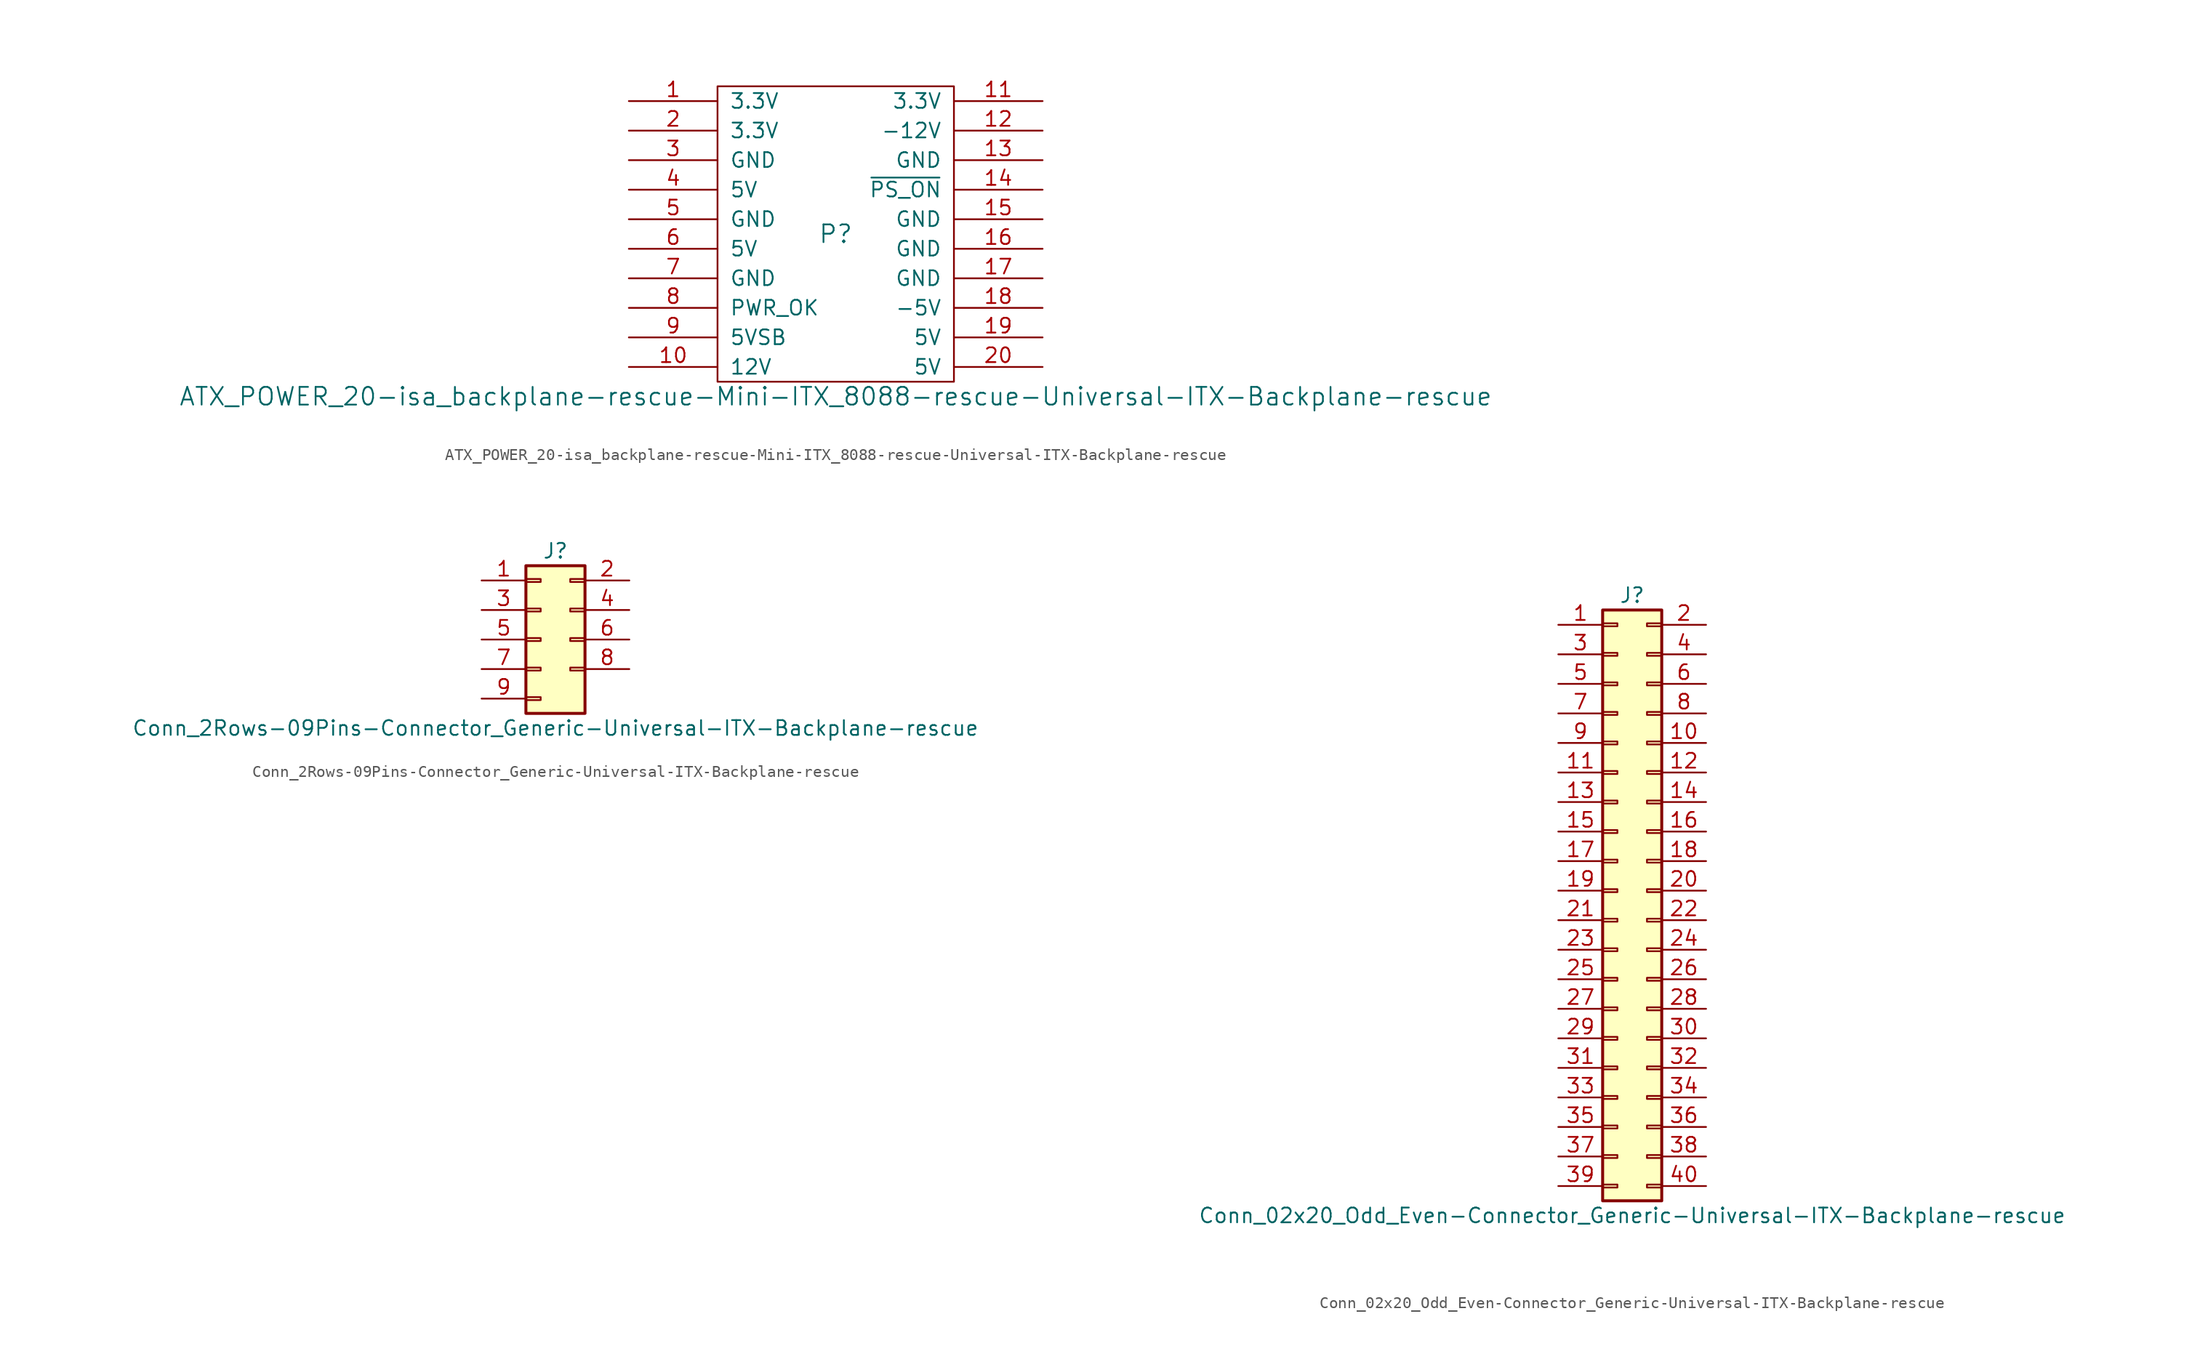
<source format=kicad_sym>
(kicad_symbol_lib
  (version 20211014)
  (generator kicad_symbol_editor)
  (symbol "ATX_POWER_20-isa_backplane-rescue-Mini-ITX_8088-rescue-Universal-ITX-Backplane-rescue"
    (pin_names
      (offset 1.016))
    (property "Reference" "P"
      (at 0 0 0)
      (effects (font (size 1.524 1.524))))
    (property "Value" "ATX_POWER_20-isa_backplane-rescue-Mini-ITX_8088-rescue-Universal-ITX-Backplane-rescue"
      (at 0 -13.97 0)
      (effects (font (size 1.524 1.524))))
    (property "Footprint" ""
      (at 0 0 0)
      (effects (font (size 1.524 1.524))))
    (property "Datasheet" ""
      (at 0 0 0)
      (effects (font (size 1.524 1.524))))
    (symbol "ATX_POWER_20-isa_backplane-rescue-Mini-ITX_8088-rescue-Universal-ITX-Backplane-rescue_0_1"
      (rectangle (start -10.16 12.7) (end 10.16 -12.7) (stroke (width 0) (type default) (color 0 0 0 0)) (fill (type none))))
    (symbol "ATX_POWER_20-isa_backplane-rescue-Mini-ITX_8088-rescue-Universal-ITX-Backplane-rescue_1_1"
      (pin power_out line (at -17.78 11.43 0) (length 7.62) (name "3.3V" (effects (font (size 1.27 1.27)))) (number "1" (effects (font (size 1.27 1.27)))))
      (pin power_out line (at -17.78 -11.43 0) (length 7.62) (name "12V" (effects (font (size 1.27 1.27)))) (number "10" (effects (font (size 1.27 1.27)))))
      (pin power_in line (at 17.78 11.43 180) (length 7.62) (name "3.3V" (effects (font (size 1.27 1.27)))) (number "11" (effects (font (size 1.27 1.27)))))
      (pin power_out line (at 17.78 8.89 180) (length 7.62) (name "-12V" (effects (font (size 1.27 1.27)))) (number "12" (effects (font (size 1.27 1.27)))))
      (pin power_in line (at 17.78 6.35 180) (length 7.62) (name "GND" (effects (font (size 1.27 1.27)))) (number "13" (effects (font (size 1.27 1.27)))))
      (pin input line (at 17.78 3.81 180) (length 7.62) (name "~{PS_ON}" (effects (font (size 1.27 1.27)))) (number "14" (effects (font (size 1.27 1.27)))))
      (pin power_in line (at 17.78 1.27 180) (length 7.62) (name "GND" (effects (font (size 1.27 1.27)))) (number "15" (effects (font (size 1.27 1.27)))))
      (pin power_in line (at 17.78 -1.27 180) (length 7.62) (name "GND" (effects (font (size 1.27 1.27)))) (number "16" (effects (font (size 1.27 1.27)))))
      (pin power_in line (at 17.78 -3.81 180) (length 7.62) (name "GND" (effects (font (size 1.27 1.27)))) (number "17" (effects (font (size 1.27 1.27)))))
      (pin power_out line (at 17.78 -6.35 180) (length 7.62) (name "-5V" (effects (font (size 1.27 1.27)))) (number "18" (effects (font (size 1.27 1.27)))))
      (pin power_in line (at 17.78 -8.89 180) (length 7.62) (name "5V" (effects (font (size 1.27 1.27)))) (number "19" (effects (font (size 1.27 1.27)))))
      (pin power_in line (at -17.78 8.89 0) (length 7.62) (name "3.3V" (effects (font (size 1.27 1.27)))) (number "2" (effects (font (size 1.27 1.27)))))
      (pin power_in line (at 17.78 -11.43 180) (length 7.62) (name "5V" (effects (font (size 1.27 1.27)))) (number "20" (effects (font (size 1.27 1.27)))))
      (pin power_out line (at -17.78 6.35 0) (length 7.62) (name "GND" (effects (font (size 1.27 1.27)))) (number "3" (effects (font (size 1.27 1.27)))))
      (pin power_out line (at -17.78 3.81 0) (length 7.62) (name "5V" (effects (font (size 1.27 1.27)))) (number "4" (effects (font (size 1.27 1.27)))))
      (pin power_in line (at -17.78 1.27 0) (length 7.62) (name "GND" (effects (font (size 1.27 1.27)))) (number "5" (effects (font (size 1.27 1.27)))))
      (pin power_in line (at -17.78 -1.27 0) (length 7.62) (name "5V" (effects (font (size 1.27 1.27)))) (number "6" (effects (font (size 1.27 1.27)))))
      (pin power_in line (at -17.78 -3.81 0) (length 7.62) (name "GND" (effects (font (size 1.27 1.27)))) (number "7" (effects (font (size 1.27 1.27)))))
      (pin output line (at -17.78 -6.35 0) (length 7.62) (name "PWR_OK" (effects (font (size 1.27 1.27)))) (number "8" (effects (font (size 1.27 1.27)))))
      (pin power_out line (at -17.78 -8.89 0) (length 7.62) (name "5VSB" (effects (font (size 1.27 1.27)))) (number "9" (effects (font (size 1.27 1.27)))))))
  (symbol "Conn_2Rows-09Pins-Connector_Generic-Universal-ITX-Backplane-rescue"
    (pin_names
      (offset 1.016) hide)
    (property "Reference" "J"
      (at 1.27 7.62 0)
      (effects (font (size 1.27 1.27))))
    (property "Value" "Conn_2Rows-09Pins-Connector_Generic-Universal-ITX-Backplane-rescue"
      (at 1.27 -7.62 0)
      (effects (font (size 1.27 1.27))))
    (symbol "Conn_2Rows-09Pins-Connector_Generic-Universal-ITX-Backplane-rescue_1_1"
      (rectangle (start -1.27 -4.953) (end 0 -5.207) (stroke (width 0.152) (type default) (color 0 0 0 0)) (fill (type none)))
      (rectangle (start -1.27 -2.413) (end 0 -2.667) (stroke (width 0.152) (type default) (color 0 0 0 0)) (fill (type none)))
      (rectangle (start -1.27 0.127) (end 0 -0.127) (stroke (width 0.152) (type default) (color 0 0 0 0)) (fill (type none)))
      (rectangle (start -1.27 2.667) (end 0 2.413) (stroke (width 0.152) (type default) (color 0 0 0 0)) (fill (type none)))
      (rectangle (start -1.27 5.207) (end 0 4.953) (stroke (width 0.152) (type default) (color 0 0 0 0)) (fill (type none)))
      (rectangle (start -1.27 6.35) (end 3.81 -6.35) (stroke (width 0.254) (type default) (color 0 0 0 0)) (fill (type background)))
      (rectangle (start 3.81 -2.413) (end 2.54 -2.667) (stroke (width 0.152) (type default) (color 0 0 0 0)) (fill (type none)))
      (rectangle (start 3.81 0.127) (end 2.54 -0.127) (stroke (width 0.152) (type default) (color 0 0 0 0)) (fill (type none)))
      (rectangle (start 3.81 2.667) (end 2.54 2.413) (stroke (width 0.152) (type default) (color 0 0 0 0)) (fill (type none)))
      (rectangle (start 3.81 5.207) (end 2.54 4.953) (stroke (width 0.152) (type default) (color 0 0 0 0)) (fill (type none)))
      (pin passive line (at -5.08 5.08 0) (length 3.81) (name "Pin_1" (effects (font (size 1.27 1.27)))) (number "1" (effects (font (size 1.27 1.27)))))
      (pin passive line (at 7.62 5.08 180) (length 3.81) (name "Pin_2" (effects (font (size 1.27 1.27)))) (number "2" (effects (font (size 1.27 1.27)))))
      (pin passive line (at -5.08 2.54 0) (length 3.81) (name "Pin_3" (effects (font (size 1.27 1.27)))) (number "3" (effects (font (size 1.27 1.27)))))
      (pin passive line (at 7.62 2.54 180) (length 3.81) (name "Pin_4" (effects (font (size 1.27 1.27)))) (number "4" (effects (font (size 1.27 1.27)))))
      (pin passive line (at -5.08 0 0) (length 3.81) (name "Pin_5" (effects (font (size 1.27 1.27)))) (number "5" (effects (font (size 1.27 1.27)))))
      (pin passive line (at 7.62 0 180) (length 3.81) (name "Pin_6" (effects (font (size 1.27 1.27)))) (number "6" (effects (font (size 1.27 1.27)))))
      (pin passive line (at -5.08 -2.54 0) (length 3.81) (name "Pin_7" (effects (font (size 1.27 1.27)))) (number "7" (effects (font (size 1.27 1.27)))))
      (pin passive line (at 7.62 -2.54 180) (length 3.81) (name "Pin_8" (effects (font (size 1.27 1.27)))) (number "8" (effects (font (size 1.27 1.27)))))
      (pin passive line (at -5.08 -5.08 0) (length 3.81) (name "Pin_9" (effects (font (size 1.27 1.27)))) (number "9" (effects (font (size 1.27 1.27)))))))
  (symbol "Conn_02x20_Odd_Even-Connector_Generic-Universal-ITX-Backplane-rescue"
    (pin_names
      (offset 1.016) hide)
    (property "Reference" "J"
      (at 1.27 25.4 0)
      (effects (font (size 1.27 1.27))))
    (property "Value" "Conn_02x20_Odd_Even-Connector_Generic-Universal-ITX-Backplane-rescue"
      (at 1.27 -27.94 0)
      (effects (font (size 1.27 1.27))))
    (symbol "Conn_02x20_Odd_Even-Connector_Generic-Universal-ITX-Backplane-rescue_1_1"
      (rectangle (start -1.27 -25.273) (end 0 -25.527) (stroke (width 0.152) (type default) (color 0 0 0 0)) (fill (type none)))
      (rectangle (start -1.27 -22.733) (end 0 -22.987) (stroke (width 0.152) (type default) (color 0 0 0 0)) (fill (type none)))
      (rectangle (start -1.27 -20.193) (end 0 -20.447) (stroke (width 0.152) (type default) (color 0 0 0 0)) (fill (type none)))
      (rectangle (start -1.27 -17.653) (end 0 -17.907) (stroke (width 0.152) (type default) (color 0 0 0 0)) (fill (type none)))
      (rectangle (start -1.27 -15.113) (end 0 -15.367) (stroke (width 0.152) (type default) (color 0 0 0 0)) (fill (type none)))
      (rectangle (start -1.27 -12.573) (end 0 -12.827) (stroke (width 0.152) (type default) (color 0 0 0 0)) (fill (type none)))
      (rectangle (start -1.27 -10.033) (end 0 -10.287) (stroke (width 0.152) (type default) (color 0 0 0 0)) (fill (type none)))
      (rectangle (start -1.27 -7.493) (end 0 -7.747) (stroke (width 0.152) (type default) (color 0 0 0 0)) (fill (type none)))
      (rectangle (start -1.27 -4.953) (end 0 -5.207) (stroke (width 0.152) (type default) (color 0 0 0 0)) (fill (type none)))
      (rectangle (start -1.27 -2.413) (end 0 -2.667) (stroke (width 0.152) (type default) (color 0 0 0 0)) (fill (type none)))
      (rectangle (start -1.27 0.127) (end 0 -0.127) (stroke (width 0.152) (type default) (color 0 0 0 0)) (fill (type none)))
      (rectangle (start -1.27 2.667) (end 0 2.413) (stroke (width 0.152) (type default) (color 0 0 0 0)) (fill (type none)))
      (rectangle (start -1.27 5.207) (end 0 4.953) (stroke (width 0.152) (type default) (color 0 0 0 0)) (fill (type none)))
      (rectangle (start -1.27 7.747) (end 0 7.493) (stroke (width 0.152) (type default) (color 0 0 0 0)) (fill (type none)))
      (rectangle (start -1.27 10.287) (end 0 10.033) (stroke (width 0.152) (type default) (color 0 0 0 0)) (fill (type none)))
      (rectangle (start -1.27 12.827) (end 0 12.573) (stroke (width 0.152) (type default) (color 0 0 0 0)) (fill (type none)))
      (rectangle (start -1.27 15.367) (end 0 15.113) (stroke (width 0.152) (type default) (color 0 0 0 0)) (fill (type none)))
      (rectangle (start -1.27 17.907) (end 0 17.653) (stroke (width 0.152) (type default) (color 0 0 0 0)) (fill (type none)))
      (rectangle (start -1.27 20.447) (end 0 20.193) (stroke (width 0.152) (type default) (color 0 0 0 0)) (fill (type none)))
      (rectangle (start -1.27 22.987) (end 0 22.733) (stroke (width 0.152) (type default) (color 0 0 0 0)) (fill (type none)))
      (rectangle (start -1.27 24.13) (end 3.81 -26.67) (stroke (width 0.254) (type default) (color 0 0 0 0)) (fill (type background)))
      (rectangle (start 3.81 -25.273) (end 2.54 -25.527) (stroke (width 0.152) (type default) (color 0 0 0 0)) (fill (type none)))
      (rectangle (start 3.81 -22.733) (end 2.54 -22.987) (stroke (width 0.152) (type default) (color 0 0 0 0)) (fill (type none)))
      (rectangle (start 3.81 -20.193) (end 2.54 -20.447) (stroke (width 0.152) (type default) (color 0 0 0 0)) (fill (type none)))
      (rectangle (start 3.81 -17.653) (end 2.54 -17.907) (stroke (width 0.152) (type default) (color 0 0 0 0)) (fill (type none)))
      (rectangle (start 3.81 -15.113) (end 2.54 -15.367) (stroke (width 0.152) (type default) (color 0 0 0 0)) (fill (type none)))
      (rectangle (start 3.81 -12.573) (end 2.54 -12.827) (stroke (width 0.152) (type default) (color 0 0 0 0)) (fill (type none)))
      (rectangle (start 3.81 -10.033) (end 2.54 -10.287) (stroke (width 0.152) (type default) (color 0 0 0 0)) (fill (type none)))
      (rectangle (start 3.81 -7.493) (end 2.54 -7.747) (stroke (width 0.152) (type default) (color 0 0 0 0)) (fill (type none)))
      (rectangle (start 3.81 -4.953) (end 2.54 -5.207) (stroke (width 0.152) (type default) (color 0 0 0 0)) (fill (type none)))
      (rectangle (start 3.81 -2.413) (end 2.54 -2.667) (stroke (width 0.152) (type default) (color 0 0 0 0)) (fill (type none)))
      (rectangle (start 3.81 0.127) (end 2.54 -0.127) (stroke (width 0.152) (type default) (color 0 0 0 0)) (fill (type none)))
      (rectangle (start 3.81 2.667) (end 2.54 2.413) (stroke (width 0.152) (type default) (color 0 0 0 0)) (fill (type none)))
      (rectangle (start 3.81 5.207) (end 2.54 4.953) (stroke (width 0.152) (type default) (color 0 0 0 0)) (fill (type none)))
      (rectangle (start 3.81 7.747) (end 2.54 7.493) (stroke (width 0.152) (type default) (color 0 0 0 0)) (fill (type none)))
      (rectangle (start 3.81 10.287) (end 2.54 10.033) (stroke (width 0.152) (type default) (color 0 0 0 0)) (fill (type none)))
      (rectangle (start 3.81 12.827) (end 2.54 12.573) (stroke (width 0.152) (type default) (color 0 0 0 0)) (fill (type none)))
      (rectangle (start 3.81 15.367) (end 2.54 15.113) (stroke (width 0.152) (type default) (color 0 0 0 0)) (fill (type none)))
      (rectangle (start 3.81 17.907) (end 2.54 17.653) (stroke (width 0.152) (type default) (color 0 0 0 0)) (fill (type none)))
      (rectangle (start 3.81 20.447) (end 2.54 20.193) (stroke (width 0.152) (type default) (color 0 0 0 0)) (fill (type none)))
      (rectangle (start 3.81 22.987) (end 2.54 22.733) (stroke (width 0.152) (type default) (color 0 0 0 0)) (fill (type none)))
      (pin passive line (at -5.08 22.86 0) (length 3.81) (name "Pin_1" (effects (font (size 1.27 1.27)))) (number "1" (effects (font (size 1.27 1.27)))))
      (pin passive line (at 7.62 12.7 180) (length 3.81) (name "Pin_10" (effects (font (size 1.27 1.27)))) (number "10" (effects (font (size 1.27 1.27)))))
      (pin passive line (at -5.08 10.16 0) (length 3.81) (name "Pin_11" (effects (font (size 1.27 1.27)))) (number "11" (effects (font (size 1.27 1.27)))))
      (pin passive line (at 7.62 10.16 180) (length 3.81) (name "Pin_12" (effects (font (size 1.27 1.27)))) (number "12" (effects (font (size 1.27 1.27)))))
      (pin passive line (at -5.08 7.62 0) (length 3.81) (name "Pin_13" (effects (font (size 1.27 1.27)))) (number "13" (effects (font (size 1.27 1.27)))))
      (pin passive line (at 7.62 7.62 180) (length 3.81) (name "Pin_14" (effects (font (size 1.27 1.27)))) (number "14" (effects (font (size 1.27 1.27)))))
      (pin passive line (at -5.08 5.08 0) (length 3.81) (name "Pin_15" (effects (font (size 1.27 1.27)))) (number "15" (effects (font (size 1.27 1.27)))))
      (pin passive line (at 7.62 5.08 180) (length 3.81) (name "Pin_16" (effects (font (size 1.27 1.27)))) (number "16" (effects (font (size 1.27 1.27)))))
      (pin passive line (at -5.08 2.54 0) (length 3.81) (name "Pin_17" (effects (font (size 1.27 1.27)))) (number "17" (effects (font (size 1.27 1.27)))))
      (pin passive line (at 7.62 2.54 180) (length 3.81) (name "Pin_18" (effects (font (size 1.27 1.27)))) (number "18" (effects (font (size 1.27 1.27)))))
      (pin passive line (at -5.08 0 0) (length 3.81) (name "Pin_19" (effects (font (size 1.27 1.27)))) (number "19" (effects (font (size 1.27 1.27)))))
      (pin passive line (at 7.62 22.86 180) (length 3.81) (name "Pin_2" (effects (font (size 1.27 1.27)))) (number "2" (effects (font (size 1.27 1.27)))))
      (pin passive line (at 7.62 0 180) (length 3.81) (name "Pin_20" (effects (font (size 1.27 1.27)))) (number "20" (effects (font (size 1.27 1.27)))))
      (pin passive line (at -5.08 -2.54 0) (length 3.81) (name "Pin_21" (effects (font (size 1.27 1.27)))) (number "21" (effects (font (size 1.27 1.27)))))
      (pin passive line (at 7.62 -2.54 180) (length 3.81) (name "Pin_22" (effects (font (size 1.27 1.27)))) (number "22" (effects (font (size 1.27 1.27)))))
      (pin passive line (at -5.08 -5.08 0) (length 3.81) (name "Pin_23" (effects (font (size 1.27 1.27)))) (number "23" (effects (font (size 1.27 1.27)))))
      (pin passive line (at 7.62 -5.08 180) (length 3.81) (name "Pin_24" (effects (font (size 1.27 1.27)))) (number "24" (effects (font (size 1.27 1.27)))))
      (pin passive line (at -5.08 -7.62 0) (length 3.81) (name "Pin_25" (effects (font (size 1.27 1.27)))) (number "25" (effects (font (size 1.27 1.27)))))
      (pin passive line (at 7.62 -7.62 180) (length 3.81) (name "Pin_26" (effects (font (size 1.27 1.27)))) (number "26" (effects (font (size 1.27 1.27)))))
      (pin passive line (at -5.08 -10.16 0) (length 3.81) (name "Pin_27" (effects (font (size 1.27 1.27)))) (number "27" (effects (font (size 1.27 1.27)))))
      (pin passive line (at 7.62 -10.16 180) (length 3.81) (name "Pin_28" (effects (font (size 1.27 1.27)))) (number "28" (effects (font (size 1.27 1.27)))))
      (pin passive line (at -5.08 -12.7 0) (length 3.81) (name "Pin_29" (effects (font (size 1.27 1.27)))) (number "29" (effects (font (size 1.27 1.27)))))
      (pin passive line (at -5.08 20.32 0) (length 3.81) (name "Pin_3" (effects (font (size 1.27 1.27)))) (number "3" (effects (font (size 1.27 1.27)))))
      (pin passive line (at 7.62 -12.7 180) (length 3.81) (name "Pin_30" (effects (font (size 1.27 1.27)))) (number "30" (effects (font (size 1.27 1.27)))))
      (pin passive line (at -5.08 -15.24 0) (length 3.81) (name "Pin_31" (effects (font (size 1.27 1.27)))) (number "31" (effects (font (size 1.27 1.27)))))
      (pin passive line (at 7.62 -15.24 180) (length 3.81) (name "Pin_32" (effects (font (size 1.27 1.27)))) (number "32" (effects (font (size 1.27 1.27)))))
      (pin passive line (at -5.08 -17.78 0) (length 3.81) (name "Pin_33" (effects (font (size 1.27 1.27)))) (number "33" (effects (font (size 1.27 1.27)))))
      (pin passive line (at 7.62 -17.78 180) (length 3.81) (name "Pin_34" (effects (font (size 1.27 1.27)))) (number "34" (effects (font (size 1.27 1.27)))))
      (pin passive line (at -5.08 -20.32 0) (length 3.81) (name "Pin_35" (effects (font (size 1.27 1.27)))) (number "35" (effects (font (size 1.27 1.27)))))
      (pin passive line (at 7.62 -20.32 180) (length 3.81) (name "Pin_36" (effects (font (size 1.27 1.27)))) (number "36" (effects (font (size 1.27 1.27)))))
      (pin passive line (at -5.08 -22.86 0) (length 3.81) (name "Pin_37" (effects (font (size 1.27 1.27)))) (number "37" (effects (font (size 1.27 1.27)))))
      (pin passive line (at 7.62 -22.86 180) (length 3.81) (name "Pin_38" (effects (font (size 1.27 1.27)))) (number "38" (effects (font (size 1.27 1.27)))))
      (pin passive line (at -5.08 -25.4 0) (length 3.81) (name "Pin_39" (effects (font (size 1.27 1.27)))) (number "39" (effects (font (size 1.27 1.27)))))
      (pin passive line (at 7.62 20.32 180) (length 3.81) (name "Pin_4" (effects (font (size 1.27 1.27)))) (number "4" (effects (font (size 1.27 1.27)))))
      (pin passive line (at 7.62 -25.4 180) (length 3.81) (name "Pin_40" (effects (font (size 1.27 1.27)))) (number "40" (effects (font (size 1.27 1.27)))))
      (pin passive line (at -5.08 17.78 0) (length 3.81) (name "Pin_5" (effects (font (size 1.27 1.27)))) (number "5" (effects (font (size 1.27 1.27)))))
      (pin passive line (at 7.62 17.78 180) (length 3.81) (name "Pin_6" (effects (font (size 1.27 1.27)))) (number "6" (effects (font (size 1.27 1.27)))))
      (pin passive line (at -5.08 15.24 0) (length 3.81) (name "Pin_7" (effects (font (size 1.27 1.27)))) (number "7" (effects (font (size 1.27 1.27)))))
      (pin passive line (at 7.62 15.24 180) (length 3.81) (name "Pin_8" (effects (font (size 1.27 1.27)))) (number "8" (effects (font (size 1.27 1.27)))))
      (pin passive line (at -5.08 12.7 0) (length 3.81) (name "Pin_9" (effects (font (size 1.27 1.27)))) (number "9" (effects (font (size 1.27 1.27))))))))
</source>
